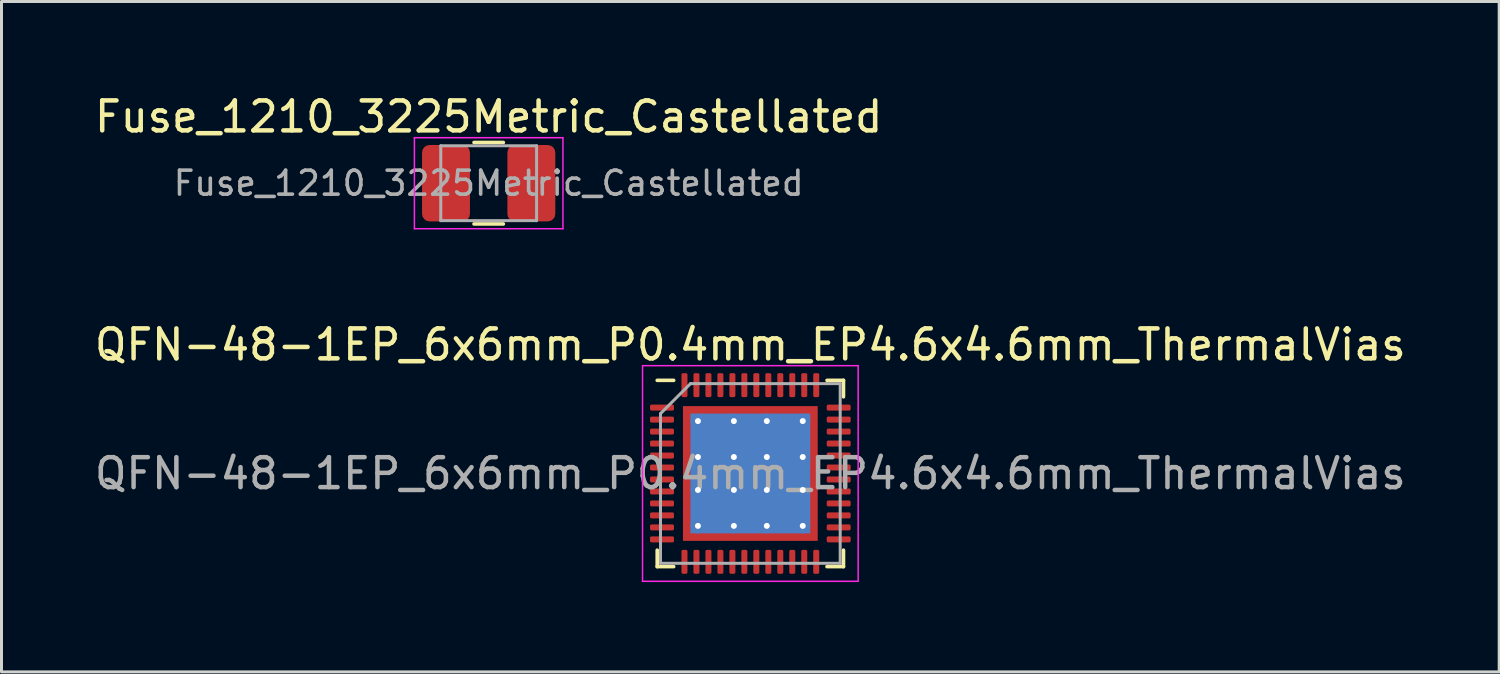
<source format=kicad_pcb>
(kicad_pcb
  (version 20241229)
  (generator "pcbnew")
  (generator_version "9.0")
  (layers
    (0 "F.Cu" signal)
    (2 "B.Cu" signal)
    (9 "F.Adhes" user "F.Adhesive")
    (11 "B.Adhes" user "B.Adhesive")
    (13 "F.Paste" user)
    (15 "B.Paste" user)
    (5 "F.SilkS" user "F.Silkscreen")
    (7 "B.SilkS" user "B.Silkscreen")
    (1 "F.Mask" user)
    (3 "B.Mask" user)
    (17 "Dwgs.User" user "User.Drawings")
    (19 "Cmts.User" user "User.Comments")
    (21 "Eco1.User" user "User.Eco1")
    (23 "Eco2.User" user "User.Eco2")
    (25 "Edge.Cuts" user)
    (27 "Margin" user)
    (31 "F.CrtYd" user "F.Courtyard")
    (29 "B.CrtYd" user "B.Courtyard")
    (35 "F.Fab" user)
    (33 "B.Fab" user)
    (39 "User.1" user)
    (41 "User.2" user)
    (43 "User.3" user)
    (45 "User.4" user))
  (footprint "QFN-48-1EP_6x6mm_P0.4mm_EP4.6x4.6mm_ThermalVias"
    (layer "F.Cu")
    (at 22.006 12.761)
    (property "Reference" "QFN-48-1EP_6x6mm_P0.4mm_EP4.6x4.6mm_ThermalVias" (at 0 -4.3 0) (layer "F.SilkS") (effects (font (size 1 1) (thickness 0.15))))
    (attr smd)
    (fp_line (start -3.11 3.11) (end -3.11 2.56) (stroke (width 0.12) (type solid)) (layer "F.SilkS"))
    (fp_line (start -2.56 -3.11) (end -3.11 -3.11) (stroke (width 0.12) (type solid)) (layer "F.SilkS"))
    (fp_line (start -2.56 3.11) (end -3.11 3.11) (stroke (width 0.12) (type solid)) (layer "F.SilkS"))
    (fp_line (start 2.56 -3.11) (end 3.11 -3.11) (stroke (width 0.12) (type solid)) (layer "F.SilkS"))
    (fp_line (start 2.56 3.11) (end 3.11 3.11) (stroke (width 0.12) (type solid)) (layer "F.SilkS"))
    (fp_line (start 3.11 -3.11) (end 3.11 -2.56) (stroke (width 0.12) (type solid)) (layer "F.SilkS"))
    (fp_line (start 3.11 3.11) (end 3.11 2.56) (stroke (width 0.12) (type solid)) (layer "F.SilkS"))
    (fp_line (start -3.6 -3.6) (end -3.6 3.6) (stroke (width 0.05) (type solid)) (layer "F.CrtYd"))
    (fp_line (start -3.6 3.6) (end 3.6 3.6) (stroke (width 0.05) (type solid)) (layer "F.CrtYd"))
    (fp_line (start 3.6 -3.6) (end -3.6 -3.6) (stroke (width 0.05) (type solid)) (layer "F.CrtYd"))
    (fp_line (start 3.6 3.6) (end 3.6 -3.6) (stroke (width 0.05) (type solid)) (layer "F.CrtYd"))
    (fp_line (start -3 -2) (end -2 -3) (stroke (width 0.1) (type solid)) (layer "F.Fab"))
    (fp_line (start -3 3) (end -3 -2) (stroke (width 0.1) (type solid)) (layer "F.Fab"))
    (fp_line (start -2 -3) (end 3 -3) (stroke (width 0.1) (type solid)) (layer "F.Fab"))
    (fp_line (start 3 -3) (end 3 3) (stroke (width 0.1) (type solid)) (layer "F.Fab"))
    (fp_line (start 3 3) (end -3 3) (stroke (width 0.1) (type solid)) (layer "F.Fab"))
    (fp_text user "${REFERENCE}" (at 0 0 0) (layer "F.Fab") (effects (font (size 1 1) (thickness 0.15))))
    (pad "" smd custom (at -2.05 -2.05) (size 0.272 0.272) (layers "F.Paste") (options (anchor circle)) (primitives (gr_poly (pts (xy -0.101 -0.101) (xy 0.101 -0.101) (xy 0.101 -0.026) (xy -0.026 0.101) (xy -0.101 0.101)) (width 0.202) (fill yes))))
    (pad "" smd custom (at -2.05 -1.2) (size 0.32 0.32) (layers "F.Paste") (options (anchor circle)) (primitives (gr_poly (pts (xy -0.118 -0.4) (xy 0.049 -0.4) (xy 0.118 -0.331) (xy 0.118 0.331) (xy 0.049 0.4) (xy -0.118 0.4)) (width 0.167) (fill yes))))
    (pad "" smd custom (at -2.05 0) (size 0.32 0.32) (layers "F.Paste") (options (anchor circle)) (primitives (gr_poly (pts (xy -0.118 -0.4) (xy 0.049 -0.4) (xy 0.118 -0.331) (xy 0.118 0.331) (xy 0.049 0.4) (xy -0.118 0.4)) (width 0.167) (fill yes))))
    (pad "" smd custom (at -2.05 1.2) (size 0.32 0.32) (layers "F.Paste") (options (anchor circle)) (primitives (gr_poly (pts (xy -0.118 -0.4) (xy 0.049 -0.4) (xy 0.118 -0.331) (xy 0.118 0.331) (xy 0.049 0.4) (xy -0.118 0.4)) (width 0.167) (fill yes))))
    (pad "" smd custom (at -2.05 2.05) (size 0.272 0.272) (layers "F.Paste") (options (anchor circle)) (primitives (gr_poly (pts (xy -0.101 -0.101) (xy -0.026 -0.101) (xy 0.101 0.026) (xy 0.101 0.101) (xy -0.101 0.101)) (width 0.202) (fill yes))))
    (pad "" smd custom (at -1.2 -2.05) (size 0.32 0.32) (layers "F.Paste") (options (anchor circle)) (primitives (gr_poly (pts (xy -0.4 -0.118) (xy 0.4 -0.118) (xy 0.4 0.049) (xy 0.331 0.118) (xy -0.331 0.118) (xy -0.4 0.049)) (width 0.167) (fill yes))))
    (pad "" smd roundrect (at -1.2 -1.2) (size 0.967 0.967) (layers "F.Paste") (roundrect_rratio 0.25))
    (pad "" smd roundrect (at -1.2 0) (size 0.967 0.967) (layers "F.Paste") (roundrect_rratio 0.25))
    (pad "" smd roundrect (at -1.2 1.2) (size 0.967 0.967) (layers "F.Paste") (roundrect_rratio 0.25))
    (pad "" smd custom (at -1.2 2.05) (size 0.32 0.32) (layers "F.Paste") (options (anchor circle)) (primitives (gr_poly (pts (xy -0.4 -0.049) (xy -0.331 -0.118) (xy 0.331 -0.118) (xy 0.4 -0.049) (xy 0.4 0.118) (xy -0.4 0.118)) (width 0.167) (fill yes))))
    (pad "" smd custom (at 0 -2.05) (size 0.32 0.32) (layers "F.Paste") (options (anchor circle)) (primitives (gr_poly (pts (xy -0.4 -0.118) (xy 0.4 -0.118) (xy 0.4 0.049) (xy 0.331 0.118) (xy -0.331 0.118) (xy -0.4 0.049)) (width 0.167) (fill yes))))
    (pad "" smd roundrect (at 0 -1.2) (size 0.967 0.967) (layers "F.Paste") (roundrect_rratio 0.25))
    (pad "" smd roundrect (at 0 0) (size 0.967 0.967) (layers "F.Paste") (roundrect_rratio 0.25))
    (pad "" smd roundrect (at 0 1.2) (size 0.967 0.967) (layers "F.Paste") (roundrect_rratio 0.25))
    (pad "" smd custom (at 0 2.05) (size 0.32 0.32) (layers "F.Paste") (options (anchor circle)) (primitives (gr_poly (pts (xy -0.4 -0.049) (xy -0.331 -0.118) (xy 0.331 -0.118) (xy 0.4 -0.049) (xy 0.4 0.118) (xy -0.4 0.118)) (width 0.167) (fill yes))))
    (pad "" smd custom (at 1.2 -2.05) (size 0.32 0.32) (layers "F.Paste") (options (anchor circle)) (primitives (gr_poly (pts (xy -0.4 -0.118) (xy 0.4 -0.118) (xy 0.4 0.049) (xy 0.331 0.118) (xy -0.331 0.118) (xy -0.4 0.049)) (width 0.167) (fill yes))))
    (pad "" smd roundrect (at 1.2 -1.2) (size 0.967 0.967) (layers "F.Paste") (roundrect_rratio 0.25))
    (pad "" smd roundrect (at 1.2 0) (size 0.967 0.967) (layers "F.Paste") (roundrect_rratio 0.25))
    (pad "" smd roundrect (at 1.2 1.2) (size 0.967 0.967) (layers "F.Paste") (roundrect_rratio 0.25))
    (pad "" smd custom (at 1.2 2.05) (size 0.32 0.32) (layers "F.Paste") (options (anchor circle)) (primitives (gr_poly (pts (xy -0.4 -0.049) (xy -0.331 -0.118) (xy 0.331 -0.118) (xy 0.4 -0.049) (xy 0.4 0.118) (xy -0.4 0.118)) (width 0.167) (fill yes))))
    (pad "" smd custom (at 2.05 -2.05) (size 0.272 0.272) (layers "F.Paste") (options (anchor circle)) (primitives (gr_poly (pts (xy -0.101 -0.101) (xy 0.101 -0.101) (xy 0.101 0.101) (xy 0.026 0.101) (xy -0.101 -0.026)) (width 0.202) (fill yes))))
    (pad "" smd custom (at 2.05 -1.2) (size 0.32 0.32) (layers "F.Paste") (options (anchor circle)) (primitives (gr_poly (pts (xy -0.118 -0.331) (xy -0.049 -0.4) (xy 0.118 -0.4) (xy 0.118 0.4) (xy -0.049 0.4) (xy -0.118 0.331)) (width 0.167) (fill yes))))
    (pad "" smd custom (at 2.05 0) (size 0.32 0.32) (layers "F.Paste") (options (anchor circle)) (primitives (gr_poly (pts (xy -0.118 -0.331) (xy -0.049 -0.4) (xy 0.118 -0.4) (xy 0.118 0.4) (xy -0.049 0.4) (xy -0.118 0.331)) (width 0.167) (fill yes))))
    (pad "" smd custom (at 2.05 1.2) (size 0.32 0.32) (layers "F.Paste") (options (anchor circle)) (primitives (gr_poly (pts (xy -0.118 -0.331) (xy -0.049 -0.4) (xy 0.118 -0.4) (xy 0.118 0.4) (xy -0.049 0.4) (xy -0.118 0.331)) (width 0.167) (fill yes))))
    (pad "" smd custom (at 2.05 2.05) (size 0.272 0.272) (layers "F.Paste") (options (anchor circle)) (primitives (gr_poly (pts (xy -0.101 0.026) (xy 0.026 -0.101) (xy 0.101 -0.101) (xy 0.101 0.101) (xy -0.101 0.101)) (width 0.202) (fill yes))))
    (pad "1" smd roundrect (at -2.95 -2.2) (size 0.8 0.2) (layers "F.Cu" "F.Mask" "F.Paste") (roundrect_rratio 0.25))
    (pad "2" smd roundrect (at -2.95 -1.8) (size 0.8 0.2) (layers "F.Cu" "F.Mask" "F.Paste") (roundrect_rratio 0.25))
    (pad "3" smd roundrect (at -2.95 -1.4) (size 0.8 0.2) (layers "F.Cu" "F.Mask" "F.Paste") (roundrect_rratio 0.25))
    (pad "4" smd roundrect (at -2.95 -1) (size 0.8 0.2) (layers "F.Cu" "F.Mask" "F.Paste") (roundrect_rratio 0.25))
    (pad "5" smd roundrect (at -2.95 -0.6) (size 0.8 0.2) (layers "F.Cu" "F.Mask" "F.Paste") (roundrect_rratio 0.25))
    (pad "6" smd roundrect (at -2.95 -0.2) (size 0.8 0.2) (layers "F.Cu" "F.Mask" "F.Paste") (roundrect_rratio 0.25))
    (pad "7" smd roundrect (at -2.95 0.2) (size 0.8 0.2) (layers "F.Cu" "F.Mask" "F.Paste") (roundrect_rratio 0.25))
    (pad "8" smd roundrect (at -2.95 0.6) (size 0.8 0.2) (layers "F.Cu" "F.Mask" "F.Paste") (roundrect_rratio 0.25))
    (pad "9" smd roundrect (at -2.95 1) (size 0.8 0.2) (layers "F.Cu" "F.Mask" "F.Paste") (roundrect_rratio 0.25))
    (pad "10" smd roundrect (at -2.95 1.4) (size 0.8 0.2) (layers "F.Cu" "F.Mask" "F.Paste") (roundrect_rratio 0.25))
    (pad "11" smd roundrect (at -2.95 1.8) (size 0.8 0.2) (layers "F.Cu" "F.Mask" "F.Paste") (roundrect_rratio 0.25))
    (pad "12" smd roundrect (at -2.95 2.2) (size 0.8 0.2) (layers "F.Cu" "F.Mask" "F.Paste") (roundrect_rratio 0.25))
    (pad "13" smd roundrect (at -2.2 2.95) (size 0.2 0.8) (layers "F.Cu" "F.Mask" "F.Paste") (roundrect_rratio 0.25))
    (pad "14" smd roundrect (at -1.8 2.95) (size 0.2 0.8) (layers "F.Cu" "F.Mask" "F.Paste") (roundrect_rratio 0.25))
    (pad "15" smd roundrect (at -1.4 2.95) (size 0.2 0.8) (layers "F.Cu" "F.Mask" "F.Paste") (roundrect_rratio 0.25))
    (pad "16" smd roundrect (at -1 2.95) (size 0.2 0.8) (layers "F.Cu" "F.Mask" "F.Paste") (roundrect_rratio 0.25))
    (pad "17" smd roundrect (at -0.6 2.95) (size 0.2 0.8) (layers "F.Cu" "F.Mask" "F.Paste") (roundrect_rratio 0.25))
    (pad "18" smd roundrect (at -0.2 2.95) (size 0.2 0.8) (layers "F.Cu" "F.Mask" "F.Paste") (roundrect_rratio 0.25))
    (pad "19" smd roundrect (at 0.2 2.95) (size 0.2 0.8) (layers "F.Cu" "F.Mask" "F.Paste") (roundrect_rratio 0.25))
    (pad "20" smd roundrect (at 0.6 2.95) (size 0.2 0.8) (layers "F.Cu" "F.Mask" "F.Paste") (roundrect_rratio 0.25))
    (pad "21" smd roundrect (at 1 2.95) (size 0.2 0.8) (layers "F.Cu" "F.Mask" "F.Paste") (roundrect_rratio 0.25))
    (pad "22" smd roundrect (at 1.4 2.95) (size 0.2 0.8) (layers "F.Cu" "F.Mask" "F.Paste") (roundrect_rratio 0.25))
    (pad "23" smd roundrect (at 1.8 2.95) (size 0.2 0.8) (layers "F.Cu" "F.Mask" "F.Paste") (roundrect_rratio 0.25))
    (pad "24" smd roundrect (at 2.2 2.95) (size 0.2 0.8) (layers "F.Cu" "F.Mask" "F.Paste") (roundrect_rratio 0.25))
    (pad "25" smd roundrect (at 2.95 2.2) (size 0.8 0.2) (layers "F.Cu" "F.Mask" "F.Paste") (roundrect_rratio 0.25))
    (pad "26" smd roundrect (at 2.95 1.8) (size 0.8 0.2) (layers "F.Cu" "F.Mask" "F.Paste") (roundrect_rratio 0.25))
    (pad "27" smd roundrect (at 2.95 1.4) (size 0.8 0.2) (layers "F.Cu" "F.Mask" "F.Paste") (roundrect_rratio 0.25))
    (pad "28" smd roundrect (at 2.95 1) (size 0.8 0.2) (layers "F.Cu" "F.Mask" "F.Paste") (roundrect_rratio 0.25))
    (pad "29" smd roundrect (at 2.95 0.6) (size 0.8 0.2) (layers "F.Cu" "F.Mask" "F.Paste") (roundrect_rratio 0.25))
    (pad "30" smd roundrect (at 2.95 0.2) (size 0.8 0.2) (layers "F.Cu" "F.Mask" "F.Paste") (roundrect_rratio 0.25))
    (pad "31" smd roundrect (at 2.95 -0.2) (size 0.8 0.2) (layers "F.Cu" "F.Mask" "F.Paste") (roundrect_rratio 0.25))
    (pad "32" smd roundrect (at 2.95 -0.6) (size 0.8 0.2) (layers "F.Cu" "F.Mask" "F.Paste") (roundrect_rratio 0.25))
    (pad "33" smd roundrect (at 2.95 -1) (size 0.8 0.2) (layers "F.Cu" "F.Mask" "F.Paste") (roundrect_rratio 0.25))
    (pad "34" smd roundrect (at 2.95 -1.4) (size 0.8 0.2) (layers "F.Cu" "F.Mask" "F.Paste") (roundrect_rratio 0.25))
    (pad "35" smd roundrect (at 2.95 -1.8) (size 0.8 0.2) (layers "F.Cu" "F.Mask" "F.Paste") (roundrect_rratio 0.25))
    (pad "36" smd roundrect (at 2.95 -2.2) (size 0.8 0.2) (layers "F.Cu" "F.Mask" "F.Paste") (roundrect_rratio 0.25))
    (pad "37" smd roundrect (at 2.2 -2.95) (size 0.2 0.8) (layers "F.Cu" "F.Mask" "F.Paste") (roundrect_rratio 0.25))
    (pad "38" smd roundrect (at 1.8 -2.95) (size 0.2 0.8) (layers "F.Cu" "F.Mask" "F.Paste") (roundrect_rratio 0.25))
    (pad "39" smd roundrect (at 1.4 -2.95) (size 0.2 0.8) (layers "F.Cu" "F.Mask" "F.Paste") (roundrect_rratio 0.25))
    (pad "40" smd roundrect (at 1 -2.95) (size 0.2 0.8) (layers "F.Cu" "F.Mask" "F.Paste") (roundrect_rratio 0.25))
    (pad "41" smd roundrect (at 0.6 -2.95) (size 0.2 0.8) (layers "F.Cu" "F.Mask" "F.Paste") (roundrect_rratio 0.25))
    (pad "42" smd roundrect (at 0.2 -2.95) (size 0.2 0.8) (layers "F.Cu" "F.Mask" "F.Paste") (roundrect_rratio 0.25))
    (pad "43" smd roundrect (at -0.2 -2.95) (size 0.2 0.8) (layers "F.Cu" "F.Mask" "F.Paste") (roundrect_rratio 0.25))
    (pad "44" smd roundrect (at -0.6 -2.95) (size 0.2 0.8) (layers "F.Cu" "F.Mask" "F.Paste") (roundrect_rratio 0.25))
    (pad "45" smd roundrect (at -1 -2.95) (size 0.2 0.8) (layers "F.Cu" "F.Mask" "F.Paste") (roundrect_rratio 0.25))
    (pad "46" smd roundrect (at -1.4 -2.95) (size 0.2 0.8) (layers "F.Cu" "F.Mask" "F.Paste") (roundrect_rratio 0.25))
    (pad "47" smd roundrect (at -1.8 -2.95) (size 0.2 0.8) (layers "F.Cu" "F.Mask" "F.Paste") (roundrect_rratio 0.25))
    (pad "48" smd roundrect (at -2.2 -2.95) (size 0.2 0.8) (layers "F.Cu" "F.Mask" "F.Paste") (roundrect_rratio 0.25))
    (pad "49" thru_hole circle (at -1.75 -1.75) (size 0.5 0.5) (drill 0.2) (layers "*.Cu"))
    (pad "49" thru_hole circle (at -1.75 -0.55) (size 0.5 0.5) (drill 0.2) (layers "*.Cu"))
    (pad "49" thru_hole circle (at -1.75 0.55) (size 0.5 0.5) (drill 0.2) (layers "*.Cu"))
    (pad "49" thru_hole circle (at -1.75 1.75) (size 0.5 0.5) (drill 0.2) (layers "*.Cu"))
    (pad "49" thru_hole circle (at -0.55 -1.75) (size 0.5 0.5) (drill 0.2) (layers "*.Cu"))
    (pad "49" thru_hole circle (at -0.55 -0.55) (size 0.5 0.5) (drill 0.2) (layers "*.Cu"))
    (pad "49" thru_hole circle (at -0.55 0.55) (size 0.5 0.5) (drill 0.2) (layers "*.Cu"))
    (pad "49" thru_hole circle (at -0.55 1.75) (size 0.5 0.5) (drill 0.2) (layers "*.Cu"))
    (pad "49" smd rect (at 0 0) (size 4 4) (layers "B.Cu"))
    (pad "49" smd rect (at 0 0) (size 4.5 4.5) (layers "F.Cu" "F.Mask"))
    (pad "49" thru_hole circle (at 0.55 -1.75) (size 0.5 0.5) (drill 0.2) (layers "*.Cu"))
    (pad "49" thru_hole circle (at 0.55 -0.55) (size 0.5 0.5) (drill 0.2) (layers "*.Cu"))
    (pad "49" thru_hole circle (at 0.55 0.55) (size 0.5 0.5) (drill 0.2) (layers "*.Cu"))
    (pad "49" thru_hole circle (at 0.55 1.75) (size 0.5 0.5) (drill 0.2) (layers "*.Cu"))
    (pad "49" thru_hole circle (at 1.75 -1.75) (size 0.5 0.5) (drill 0.2) (layers "*.Cu"))
    (pad "49" thru_hole circle (at 1.75 -0.55) (size 0.5 0.5) (drill 0.2) (layers "*.Cu"))
    (pad "49" thru_hole circle (at 1.75 0.55) (size 0.5 0.5) (drill 0.2) (layers "*.Cu"))
    (pad "49" thru_hole circle (at 1.75 1.75) (size 0.5 0.5) (drill 0.2) (layers "*.Cu")))
  (footprint "Fuse_1210_3225Metric_Castellated"
    (layer "F.Cu")
    (at 13.268 3.068)
    (property "Reference" "Fuse_1210_3225Metric_Castellated" (at 0 -2.22 0) (layer "F.SilkS") (effects (font (size 1 1) (thickness 0.15))))
    (attr smd)
    (fp_line (start -0.49 -1.36) (end 0.49 -1.36) (stroke (width 0.12) (type solid)) (layer "F.SilkS"))
    (fp_line (start -0.49 1.36) (end 0.49 1.36) (stroke (width 0.12) (type solid)) (layer "F.SilkS"))
    (fp_line (start -2.48 -1.52) (end 2.48 -1.52) (stroke (width 0.05) (type solid)) (layer "F.CrtYd"))
    (fp_line (start -2.48 1.52) (end -2.48 -1.52) (stroke (width 0.05) (type solid)) (layer "F.CrtYd"))
    (fp_line (start 2.48 -1.52) (end 2.48 1.52) (stroke (width 0.05) (type solid)) (layer "F.CrtYd"))
    (fp_line (start 2.48 1.52) (end -2.48 1.52) (stroke (width 0.05) (type solid)) (layer "F.CrtYd"))
    (fp_line (start -1.6 -1.25) (end 1.6 -1.25) (stroke (width 0.1) (type solid)) (layer "F.Fab"))
    (fp_line (start -1.6 1.25) (end -1.6 -1.25) (stroke (width 0.1) (type solid)) (layer "F.Fab"))
    (fp_line (start 1.6 -1.25) (end 1.6 1.25) (stroke (width 0.1) (type solid)) (layer "F.Fab"))
    (fp_line (start 1.6 1.25) (end -1.6 1.25) (stroke (width 0.1) (type solid)) (layer "F.Fab"))
    (fp_text user "${REFERENCE}" (at 0 0 0) (layer "F.Fab") (effects (font (size 0.8 0.8) (thickness 0.12))))
    (pad "1" smd roundrect (at -1.425 0) (size 1.6 2.55) (layers "F.Cu" "F.Mask" "F.Paste") (roundrect_rratio 0.156))
    (pad "2" smd roundrect (at 1.425 0) (size 1.6 2.55) (layers "F.Cu" "F.Mask" "F.Paste") (roundrect_rratio 0.156)))
  (gr_rect
    (start -3 -3)
    (end 47.012 19.387)
    (stroke (width 0.1) (type default))
    (fill no)
    (layer "Edge.Cuts")))
</source>
